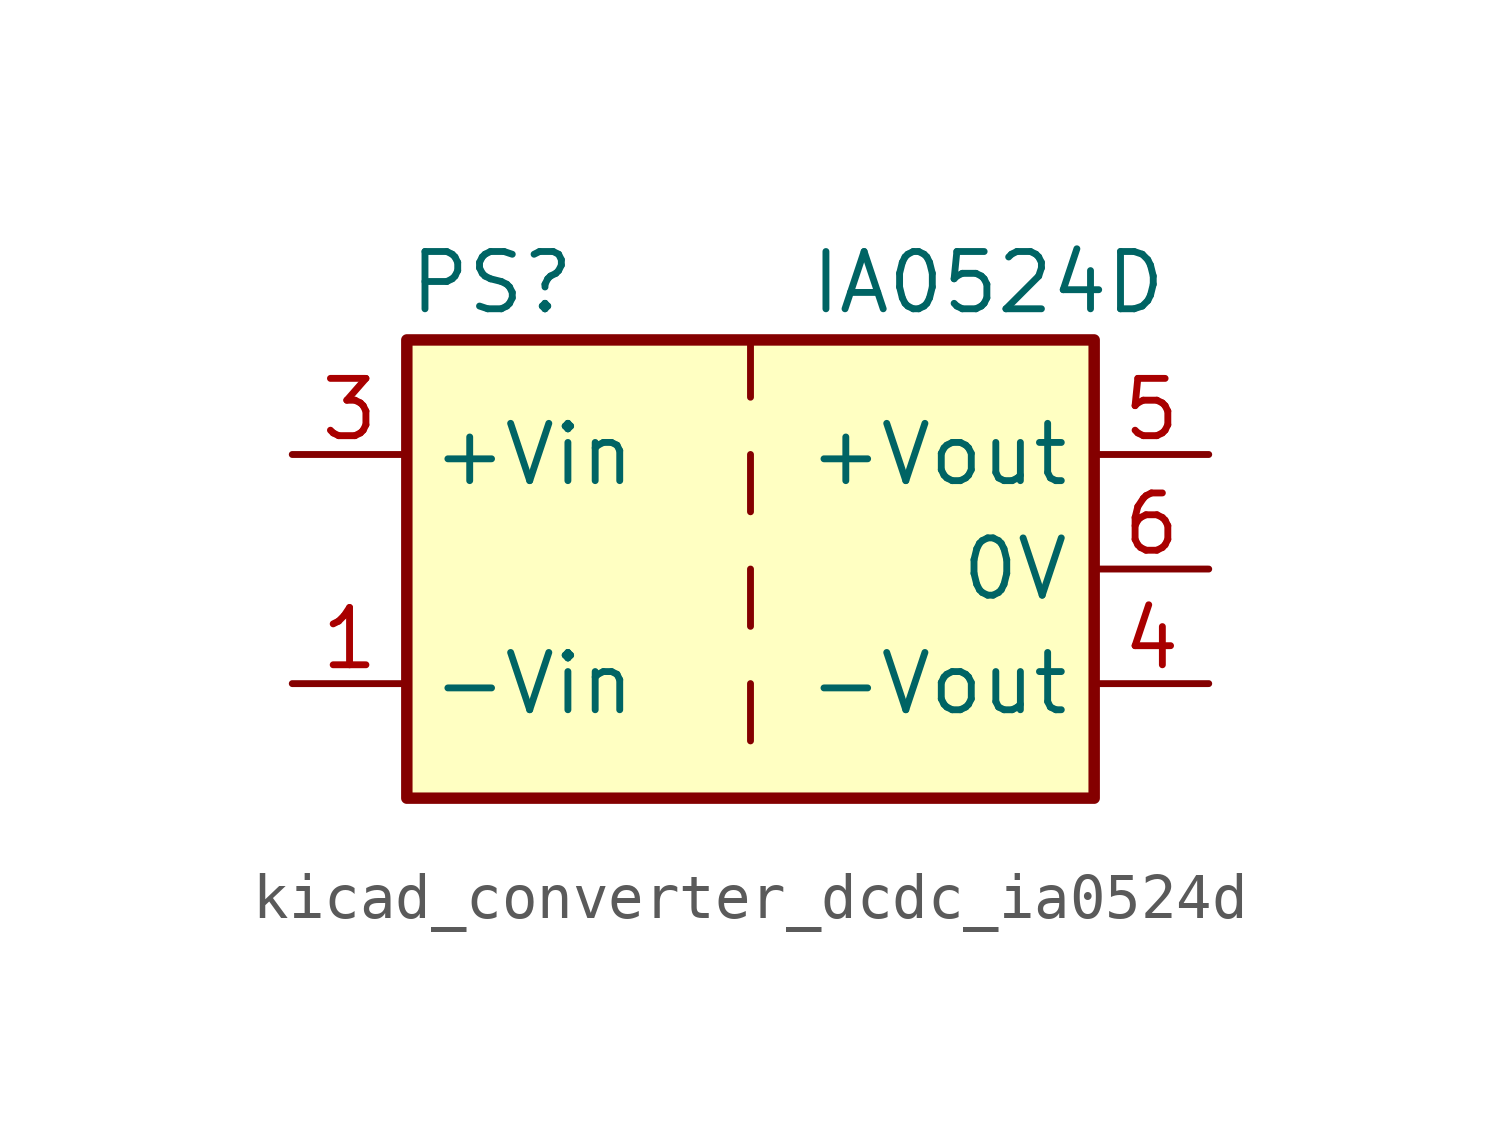
<source format=kicad_sym>
(kicad_symbol_lib
  (version 20220914)
  (generator kicad_symbol_editor)
  (symbol "kicad_converter_dcdc_ia0524d"
    (property "Reference" "PS"
      (at -7.62 6.35 0)
      (effects (font (size 1.27 1.27)) (justify left)))
    (property "Value" "IA0524D"
      (at 1.27 6.35 0)
      (effects (font (size 1.27 1.27)) (justify left)))
    (symbol "kicad_converter_dcdc_ia0524d_0_0"
      (pin power_in line (at -10.16 -2.54 0) (length 2.54) (name "-Vin" (effects (font (size 1.27 1.27)))) (number "1" (effects (font (size 1.27 1.27)))))
      (pin power_in line (at -10.16 2.54 0) (length 2.54) (name "+Vin" (effects (font (size 1.27 1.27)))) (number "3" (effects (font (size 1.27 1.27)))))
      (pin power_out line (at 10.16 -2.54 180) (length 2.54) (name "-Vout" (effects (font (size 1.27 1.27)))) (number "4" (effects (font (size 1.27 1.27)))))
      (pin power_out line (at 10.16 2.54 180) (length 2.54) (name "+Vout" (effects (font (size 1.27 1.27)))) (number "5" (effects (font (size 1.27 1.27)))))
      (pin power_out line (at 10.16 0 180) (length 2.54) (name "0V" (effects (font (size 1.27 1.27)))) (number "6" (effects (font (size 1.27 1.27))))))
    (symbol "kicad_converter_dcdc_ia0524d_0_1"
      (rectangle (start -7.62 5.08) (end 7.62 -5.08) (stroke (width 0.254) (type default)) (fill (type background)))
      (polyline (pts (xy 0 -2.54) (xy 0 -3.81)) (stroke (width 0) (type default)) (fill (type none)))
      (polyline (pts (xy 0 0) (xy 0 -1.27)) (stroke (width 0) (type default)) (fill (type none)))
      (polyline (pts (xy 0 2.54) (xy 0 1.27)) (stroke (width 0) (type default)) (fill (type none)))
      (polyline (pts (xy 0 5.08) (xy 0 3.81)) (stroke (width 0) (type default)) (fill (type none))))
    (symbol "kicad_converter_dcdc_ia0524d_1_1"
      (pin no_connect line (at 0 -5.08 90) (length 2.54) hide (name "NC" (effects (font (size 1.27 1.27)))) (number "2" (effects (font (size 1.27 1.27))))))))
</source>
